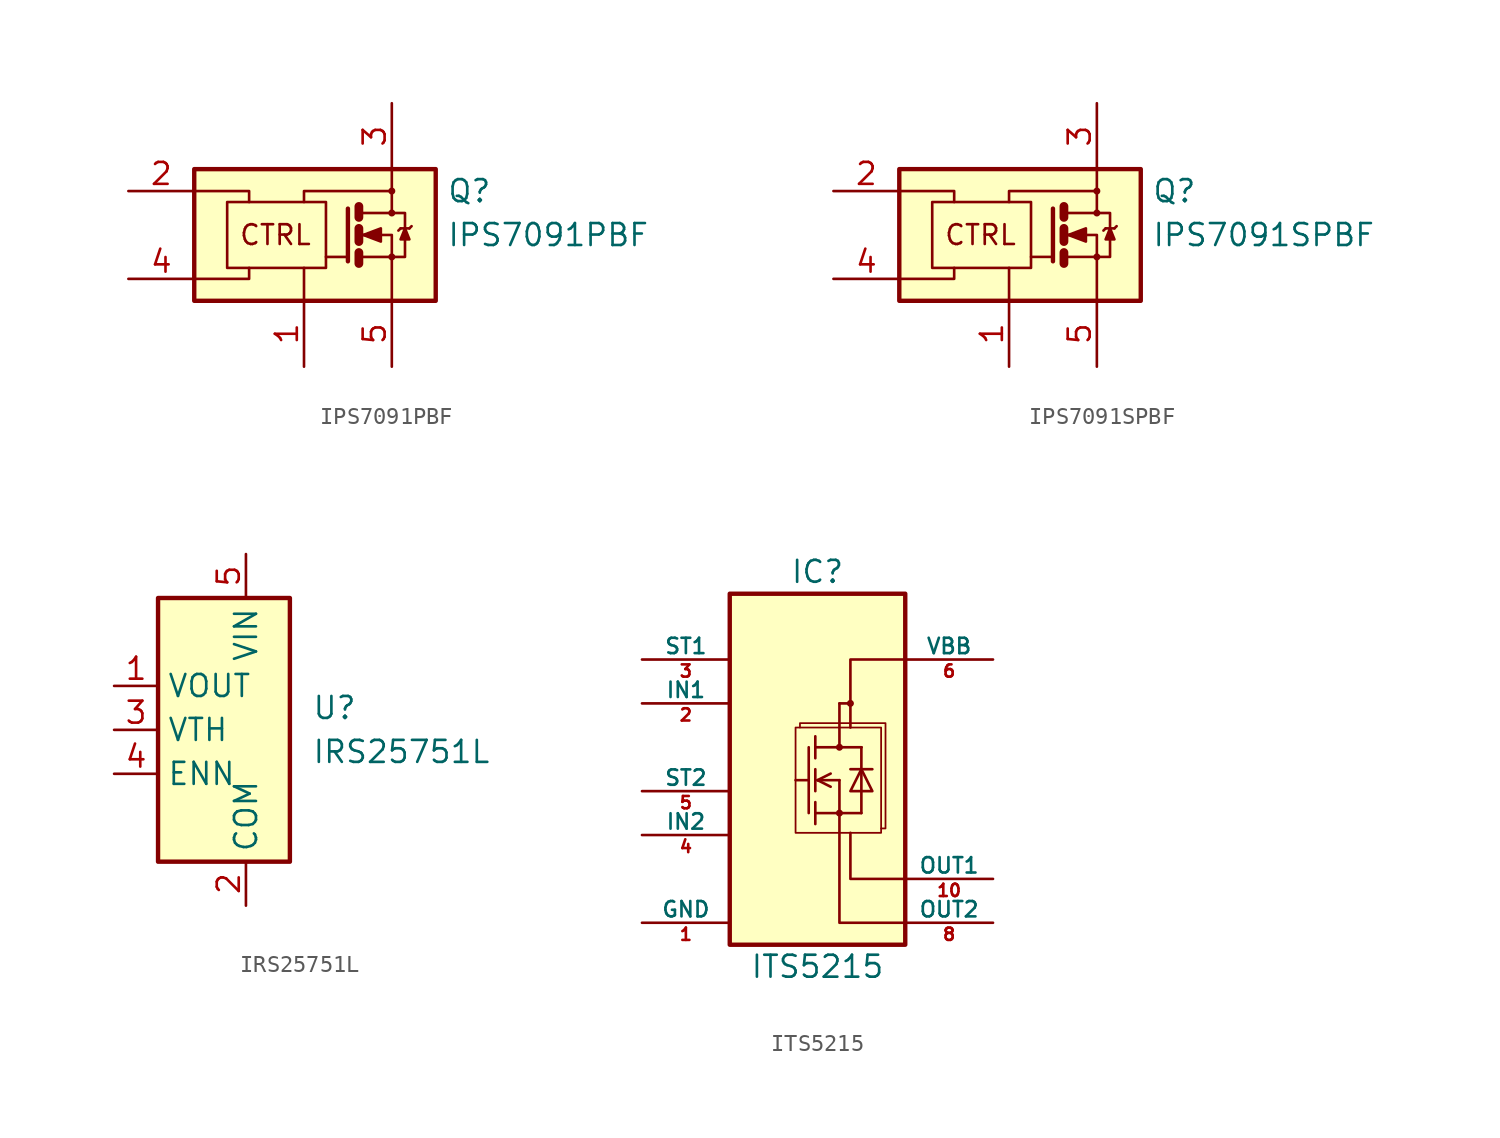
<source format=kicad_sym>
(kicad_symbol_lib
  (version 20241209)
  (generator "kicad_symbol_editor")
  (generator_version "9.0")
  (symbol "IPS7091PBF"
    (pin_names
      (offset 0)
      (hide yes))
    (property "Reference" "Q"
      (at 8.255 2.54 0)
      (effects (font (size 1.27 1.27)) (justify left)))
    (property "Value" "IPS7091PBF"
      (at 8.255 0 0)
      (effects (font (size 1.27 1.27)) (justify left)))
    (symbol "IPS7091PBF_0_0"
      (rectangle (start -6.35 3.81) (end 7.62 -3.81) (stroke (width 0.254) (type default)) (fill (type background)))
      (polyline (pts (xy -6.35 2.54) (xy -3.175 2.54) (xy -3.175 1.905)) (stroke (width 0) (type default)) (fill (type none)))
      (polyline (pts (xy -6.35 -2.54) (xy -3.175 -2.54) (xy -3.175 -1.905)) (stroke (width 0) (type default)) (fill (type none)))
      (polyline (pts (xy 0 1.905) (xy 0 2.54) (xy 5.08 2.54)) (stroke (width 0) (type default)) (fill (type none)))
      (polyline (pts (xy 0 -3.81) (xy 0 -1.905)) (stroke (width 0) (type default)) (fill (type none)))
      (circle (center 5.08 2.54) (radius 0.127) (stroke (width 0) (type default)) (fill (type none)))
      (text "CTRL" (at -1.651 0 0) (effects (font (size 1.143 1.143)))))
    (symbol "IPS7091PBF_0_1"
      (rectangle (start -4.445 1.905) (end 1.27 -1.905) (stroke (width 0) (type default)) (fill (type none)))
      (polyline (pts (xy 2.54 1.524) (xy 2.54 -1.524) (xy 2.54 -1.524)) (stroke (width 0.254) (type default)) (fill (type none)))
      (polyline (pts (xy 2.54 -1.27) (xy 1.27 -1.27)) (stroke (width 0) (type default)) (fill (type none)))
      (polyline (pts (xy 3.175 1.651) (xy 3.175 1.016)) (stroke (width 0.508) (type default)) (fill (type none)))
      (polyline (pts (xy 3.175 0.381) (xy 3.175 -0.381)) (stroke (width 0.508) (type default)) (fill (type none)))
      (polyline (pts (xy 3.175 -1.016) (xy 3.175 -1.651)) (stroke (width 0.508) (type default)) (fill (type none)))
      (polyline (pts (xy 3.302 0) (xy 5.08 0) (xy 5.08 -3.81)) (stroke (width 0) (type default)) (fill (type none)))
      (polyline (pts (xy 3.302 -1.27) (xy 5.842 -1.27) (xy 5.842 1.27) (xy 5.08 1.27)) (stroke (width 0) (type default)) (fill (type none)))
      (polyline (pts (xy 3.429 0) (xy 4.445 0.381) (xy 4.445 -0.381) (xy 3.429 0) (xy 3.556 0) (xy 3.556 0)) (stroke (width 0) (type default)) (fill (type outline)))
      (polyline (pts (xy 5.08 3.81) (xy 5.08 1.27) (xy 3.302 1.27)) (stroke (width 0) (type default)) (fill (type none)))
      (circle (center 5.08 1.27) (radius 0.127) (stroke (width 0) (type default)) (fill (type none)))
      (circle (center 5.08 -1.27) (radius 0.127) (stroke (width 0) (type default)) (fill (type none)))
      (polyline (pts (xy 5.588 0.381) (xy 5.461 0.254)) (stroke (width 0) (type default)) (fill (type none)))
      (polyline (pts (xy 5.588 0.381) (xy 6.096 0.381)) (stroke (width 0) (type default)) (fill (type none)))
      (polyline (pts (xy 5.842 0.381) (xy 5.588 -0.254) (xy 6.096 -0.254) (xy 5.842 0.381)) (stroke (width 0) (type default)) (fill (type outline)))
      (polyline (pts (xy 6.096 0.381) (xy 6.223 0.508)) (stroke (width 0) (type default)) (fill (type none))))
    (symbol "IPS7091PBF_1_1"
      (pin input line (at -10.16 2.54 0) (length 3.81) (name "IN" (effects (font (size 1.27 1.27)))) (number "2" (effects (font (size 1.27 1.27)))))
      (pin bidirectional line (at -10.16 -2.54 0) (length 3.81) (name "DG" (effects (font (size 1.27 1.27)))) (number "4" (effects (font (size 1.27 1.27)))))
      (pin power_in line (at 0 -7.62 90) (length 3.81) (name "GND" (effects (font (size 1.27 1.27)))) (number "1" (effects (font (size 1.27 1.27)))))
      (pin power_in line (at 5.08 7.62 270) (length 3.81) (name "VCC" (effects (font (size 1.27 1.27)))) (number "3" (effects (font (size 1.27 1.27)))))
      (pin output line (at 5.08 -7.62 90) (length 3.81) (name "OUT" (effects (font (size 1.27 1.27)))) (number "5" (effects (font (size 1.27 1.27)))))))
  (symbol "IPS7091SPBF"
    (pin_names
      (offset 0)
      (hide yes))
    (property "Reference" "Q"
      (at 8.255 2.54 0)
      (effects (font (size 1.27 1.27)) (justify left)))
    (property "Value" "IPS7091SPBF"
      (at 8.255 0 0)
      (effects (font (size 1.27 1.27)) (justify left)))
    (symbol "IPS7091SPBF_0_0"
      (rectangle (start -6.35 3.81) (end 7.62 -3.81) (stroke (width 0.254) (type default)) (fill (type background)))
      (polyline (pts (xy -6.35 2.54) (xy -3.175 2.54) (xy -3.175 1.905)) (stroke (width 0) (type default)) (fill (type none)))
      (polyline (pts (xy -6.35 -2.54) (xy -3.175 -2.54) (xy -3.175 -1.905)) (stroke (width 0) (type default)) (fill (type none)))
      (polyline (pts (xy 0 1.905) (xy 0 2.54) (xy 5.08 2.54)) (stroke (width 0) (type default)) (fill (type none)))
      (polyline (pts (xy 0 -3.81) (xy 0 -1.905)) (stroke (width 0) (type default)) (fill (type none)))
      (circle (center 5.08 2.54) (radius 0.127) (stroke (width 0) (type default)) (fill (type none)))
      (text "CTRL" (at -1.651 0 0) (effects (font (size 1.143 1.143)))))
    (symbol "IPS7091SPBF_0_1"
      (rectangle (start -4.445 1.905) (end 1.27 -1.905) (stroke (width 0) (type default)) (fill (type none)))
      (polyline (pts (xy 2.54 1.524) (xy 2.54 -1.524) (xy 2.54 -1.524)) (stroke (width 0.254) (type default)) (fill (type none)))
      (polyline (pts (xy 2.54 -1.27) (xy 1.27 -1.27)) (stroke (width 0) (type default)) (fill (type none)))
      (polyline (pts (xy 3.175 1.651) (xy 3.175 1.016)) (stroke (width 0.508) (type default)) (fill (type none)))
      (polyline (pts (xy 3.175 0.381) (xy 3.175 -0.381)) (stroke (width 0.508) (type default)) (fill (type none)))
      (polyline (pts (xy 3.175 -1.016) (xy 3.175 -1.651)) (stroke (width 0.508) (type default)) (fill (type none)))
      (polyline (pts (xy 3.302 0) (xy 5.08 0) (xy 5.08 -3.81)) (stroke (width 0) (type default)) (fill (type none)))
      (polyline (pts (xy 3.302 -1.27) (xy 5.842 -1.27) (xy 5.842 1.27) (xy 3.302 1.27)) (stroke (width 0) (type default)) (fill (type none)))
      (polyline (pts (xy 3.429 0) (xy 4.445 0.381) (xy 4.445 -0.381) (xy 3.429 0) (xy 3.556 0) (xy 3.556 0)) (stroke (width 0) (type default)) (fill (type outline)))
      (polyline (pts (xy 5.08 1.27) (xy 5.08 3.81)) (stroke (width 0) (type default)) (fill (type none)))
      (circle (center 5.08 1.27) (radius 0.127) (stroke (width 0) (type default)) (fill (type none)))
      (circle (center 5.08 -1.27) (radius 0.127) (stroke (width 0) (type default)) (fill (type none)))
      (polyline (pts (xy 5.588 0.381) (xy 5.461 0.254)) (stroke (width 0) (type default)) (fill (type none)))
      (polyline (pts (xy 5.588 0.381) (xy 6.096 0.381)) (stroke (width 0) (type default)) (fill (type none)))
      (polyline (pts (xy 5.842 0.381) (xy 5.588 -0.254) (xy 6.096 -0.254) (xy 5.842 0.381)) (stroke (width 0) (type default)) (fill (type outline)))
      (polyline (pts (xy 6.096 0.381) (xy 6.223 0.508)) (stroke (width 0) (type default)) (fill (type none))))
    (symbol "IPS7091SPBF_1_1"
      (pin input line (at -10.16 2.54 0) (length 3.81) (name "IN" (effects (font (size 1.27 1.27)))) (number "2" (effects (font (size 1.27 1.27)))))
      (pin bidirectional line (at -10.16 -2.54 0) (length 3.81) (name "DG" (effects (font (size 1.27 1.27)))) (number "4" (effects (font (size 1.27 1.27)))))
      (pin power_in line (at 0 -7.62 90) (length 3.81) (name "GND" (effects (font (size 1.27 1.27)))) (number "1" (effects (font (size 1.27 1.27)))))
      (pin power_in line (at 5.08 7.62 270) (length 3.81) (name "VCC" (effects (font (size 1.27 1.27)))) (number "3" (effects (font (size 1.27 1.27)))))
      (pin output line (at 5.08 -7.62 90) (length 3.81) (name "OUT" (effects (font (size 1.27 1.27)))) (number "5" (effects (font (size 1.27 1.27)))))))
  (symbol "IRS25751L"
    (property "Reference" "U"
      (at 3.81 1.27 0)
      (effects (font (size 1.27 1.27)) (justify left)))
    (property "Value" "IRS25751L"
      (at 3.81 -1.27 0)
      (effects (font (size 1.27 1.27)) (justify left)))
    (symbol "IRS25751L_0_1"
      (rectangle (start -5.08 -7.62) (end 2.54 7.62) (stroke (width 0.254) (type default)) (fill (type background))))
    (symbol "IRS25751L_1_1"
      (pin power_out line (at -7.62 2.54 0) (length 2.54) (name "VOUT" (effects (font (size 1.27 1.27)))) (number "1" (effects (font (size 1.27 1.27)))))
      (pin input line (at -7.62 0 0) (length 2.54) (name "VTH" (effects (font (size 1.27 1.27)))) (number "3" (effects (font (size 1.27 1.27)))))
      (pin input line (at -7.62 -2.54 0) (length 2.54) (name "ENN" (effects (font (size 1.27 1.27)))) (number "4" (effects (font (size 1.27 1.27)))))
      (pin power_in line (at 0 10.16 270) (length 2.54) (name "VIN" (effects (font (size 1.27 1.27)))) (number "5" (effects (font (size 1.27 1.27)))))
      (pin power_in line (at 0 -10.16 90) (length 2.54) (name "COM" (effects (font (size 1.27 1.27)))) (number "2" (effects (font (size 1.27 1.27)))))))
  (symbol "ITS5215"
    (pin_names
      (offset 0))
    (property "Reference" "IC"
      (at 0 12.7 0)
      (effects (font (size 1.27 1.27))))
    (property "Value" "ITS5215"
      (at 0 -10.16 0)
      (effects (font (size 1.27 1.27))))
    (symbol "ITS5215_0_1"
      (rectangle (start -5.08 11.43) (end 5.08 -8.89) (stroke (width 0.254) (type default)) (fill (type background)))
      (rectangle (start -1.27 3.683) (end 3.683 -2.413) (stroke (width 0.102) (type default)) (fill (type none)))
      (polyline (pts (xy -1.27 0.635) (xy -0.508 0.635)) (stroke (width 0.152) (type default)) (fill (type none)))
      (polyline (pts (xy -1.016 3.683) (xy -1.016 3.937) (xy 3.937 3.937) (xy 3.937 -2.159) (xy 3.683 -2.159)) (stroke (width 0.102) (type default)) (fill (type none)))
      (polyline (pts (xy -0.508 2.54) (xy -0.508 -1.27)) (stroke (width 0.152) (type default)) (fill (type none)))
      (polyline (pts (xy -0.127 3.175) (xy -0.127 1.905)) (stroke (width 0.152) (type default)) (fill (type none)))
      (polyline (pts (xy -0.127 1.27) (xy -0.127 0)) (stroke (width 0.152) (type default)) (fill (type none)))
      (polyline (pts (xy -0.127 -0.635) (xy -0.127 -1.905)) (stroke (width 0.152) (type default)) (fill (type none)))
      (polyline (pts (xy -0.127 -1.27) (xy 2.54 -1.27)) (stroke (width 0.152) (type default)) (fill (type none)))
      (polyline (pts (xy 0 0.635) (xy 0.762 1.016)) (stroke (width 0.152) (type default)) (fill (type none)))
      (polyline (pts (xy 0 0.635) (xy 0.762 0.254)) (stroke (width 0.152) (type default)) (fill (type none)))
      (polyline (pts (xy 0 0.635) (xy 1.27 0.635)) (stroke (width 0.152) (type default)) (fill (type none)))
      (polyline (pts (xy 1.27 5.08) (xy 1.905 5.08) (xy 1.905 3.683)) (stroke (width 0.152) (type default)) (fill (type none)))
      (polyline (pts (xy 1.27 2.54) (xy 1.27 5.08)) (stroke (width 0) (type default)) (fill (type none)))
      (circle (center 1.27 2.54) (radius 0.127) (stroke (width 0.152) (type default)) (fill (type none)))
      (polyline (pts (xy 1.27 0.635) (xy 1.27 0) (xy 1.27 -1.27)) (stroke (width 0.152) (type default)) (fill (type none)))
      (circle (center 1.27 -1.27) (radius 0.127) (stroke (width 0.152) (type default)) (fill (type none)))
      (circle (center 1.905 5.08) (radius 0.127) (stroke (width 0.152) (type default)) (fill (type none)))
      (polyline (pts (xy 1.905 1.27) (xy 3.175 1.27)) (stroke (width 0.152) (type default)) (fill (type none)))
      (polyline (pts (xy 1.905 -2.413) (xy 1.905 -5.08) (xy 5.08 -5.08)) (stroke (width 0.152) (type default)) (fill (type none)))
      (polyline (pts (xy 2.54 2.54) (xy -0.127 2.54)) (stroke (width 0.152) (type default)) (fill (type none)))
      (polyline (pts (xy 2.54 2.54) (xy 2.54 2.54)) (stroke (width 0) (type default)) (fill (type none)))
      (polyline (pts (xy 2.54 2.54) (xy 2.54 -1.27)) (stroke (width 0.152) (type default)) (fill (type none)))
      (polyline (pts (xy 2.54 1.27) (xy 1.905 0) (xy 3.175 0) (xy 2.54 1.27)) (stroke (width 0.152) (type default)) (fill (type none)))
      (polyline (pts (xy 5.08 7.62) (xy 1.905 7.62) (xy 1.905 5.08)) (stroke (width 0.152) (type default)) (fill (type none)))
      (polyline (pts (xy 5.08 -7.62) (xy 1.27 -7.62) (xy 1.27 -1.27)) (stroke (width 0.152) (type default)) (fill (type none))))
    (symbol "ITS5215_1_1"
      (pin open_collector line (at -10.16 7.62 0) (length 5.08) (name "ST1" (effects (font (size 0.889 0.889)))) (number "3" (effects (font (size 0.711 0.711)))))
      (pin input line (at -10.16 5.08 0) (length 5.08) (name "IN1" (effects (font (size 0.889 0.889)))) (number "2" (effects (font (size 0.711 0.711)))))
      (pin open_collector line (at -10.16 0 0) (length 5.08) (name "ST2" (effects (font (size 0.889 0.889)))) (number "5" (effects (font (size 0.711 0.711)))))
      (pin input line (at -10.16 -2.54 0) (length 5.08) (name "IN2" (effects (font (size 0.889 0.889)))) (number "4" (effects (font (size 0.711 0.711)))))
      (pin power_in line (at -10.16 -7.62 0) (length 5.08) (name "GND" (effects (font (size 0.889 0.889)))) (number "1" (effects (font (size 0.711 0.711)))))
      (pin no_connect line (at 5.08 2.54 180) (length 5.08) (hide yes) (name "NC" (effects (font (size 0.889 0.889)))) (number "7" (effects (font (size 0.711 0.711)))))
      (pin no_connect line (at 5.08 0 180) (length 5.08) (hide yes) (name "NC" (effects (font (size 0.889 0.889)))) (number "9" (effects (font (size 0.711 0.711)))))
      (pin no_connect line (at 5.08 -2.54 180) (length 5.08) (hide yes) (name "NC" (effects (font (size 0.889 0.889)))) (number "11" (effects (font (size 0.711 0.711)))))
      (pin passive line (at 10.16 7.62 180) (length 5.08) (hide yes) (name "VBB" (effects (font (size 0.889 0.889)))) (number "12" (effects (font (size 0.711 0.711)))))
      (pin passive line (at 10.16 7.62 180) (length 5.08) (hide yes) (name "VBB" (effects (font (size 0.889 0.889)))) (number "13" (effects (font (size 0.711 0.711)))))
      (pin power_in line (at 10.16 7.62 180) (length 5.08) (name "VBB" (effects (font (size 0.889 0.889)))) (number "6" (effects (font (size 0.711 0.711)))))
      (pin open_emitter line (at 10.16 -5.08 180) (length 5.08) (name "OUT1" (effects (font (size 0.889 0.889)))) (number "10" (effects (font (size 0.711 0.711)))))
      (pin open_emitter line (at 10.16 -7.62 180) (length 5.08) (name "OUT2" (effects (font (size 0.889 0.889)))) (number "8" (effects (font (size 0.711 0.711))))))))
</source>
